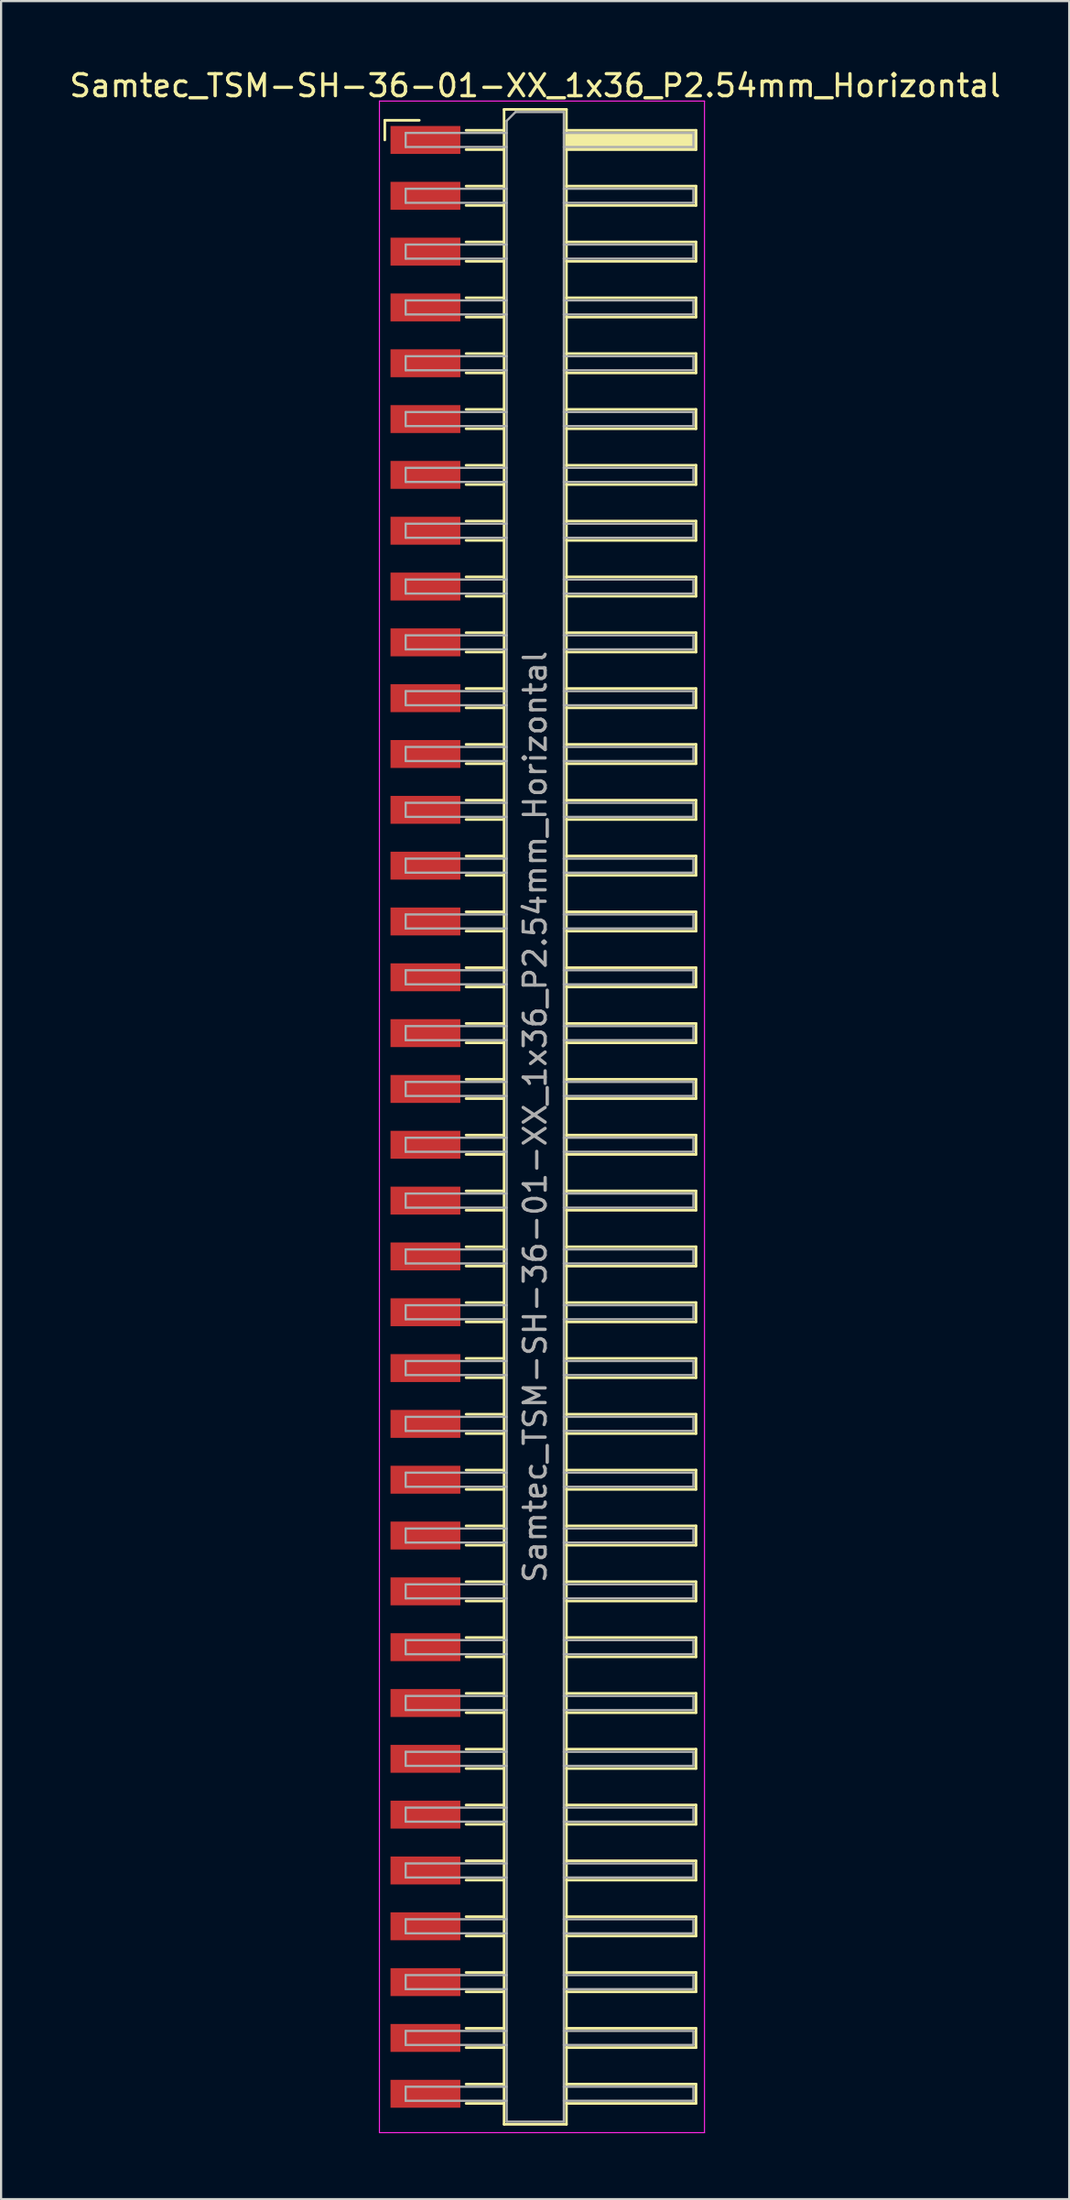
<source format=kicad_pcb>
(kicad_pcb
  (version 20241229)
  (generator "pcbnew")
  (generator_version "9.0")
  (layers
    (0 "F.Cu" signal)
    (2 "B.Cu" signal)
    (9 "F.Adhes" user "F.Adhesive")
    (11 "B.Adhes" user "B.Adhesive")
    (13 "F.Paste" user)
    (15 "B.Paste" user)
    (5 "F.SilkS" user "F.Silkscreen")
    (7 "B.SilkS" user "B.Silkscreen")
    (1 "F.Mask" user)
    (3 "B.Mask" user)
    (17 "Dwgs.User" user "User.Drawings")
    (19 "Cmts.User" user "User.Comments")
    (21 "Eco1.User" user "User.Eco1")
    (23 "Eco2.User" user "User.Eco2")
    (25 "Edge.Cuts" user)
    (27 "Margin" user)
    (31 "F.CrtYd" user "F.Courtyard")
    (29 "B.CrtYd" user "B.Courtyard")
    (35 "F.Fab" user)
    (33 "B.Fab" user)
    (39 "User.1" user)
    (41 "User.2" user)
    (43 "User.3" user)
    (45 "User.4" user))
  (footprint "Samtec_TSM-SH-36-01-XX_1x36_P2.54mm_Horizontal"
    (layer "F.Cu")
    (at 21.505 47.768)
    (property "Reference" "Samtec_TSM-SH-36-01-XX_1x36_P2.54mm_Horizontal" (at -0.19 -46.92 0) (layer "F.SilkS") (effects (font (size 1 1) (thickness 0.15))))
    (attr smd)
    (fp_line (start -7.035 -45.345) (end -5.465 -45.345) (stroke (width 0.12) (type solid)) (layer "F.SilkS"))
    (fp_line (start -7.035 -44.45) (end -7.035 -45.345) (stroke (width 0.12) (type solid)) (layer "F.SilkS"))
    (fp_line (start -3.335 -44.89) (end -1.605 -44.89) (stroke (width 0.12) (type solid)) (layer "F.SilkS"))
    (fp_line (start -3.335 -44.01) (end -1.605 -44.01) (stroke (width 0.12) (type solid)) (layer "F.SilkS"))
    (fp_line (start -3.335 -42.35) (end -1.605 -42.35) (stroke (width 0.12) (type solid)) (layer "F.SilkS"))
    (fp_line (start -3.335 -41.47) (end -1.605 -41.47) (stroke (width 0.12) (type solid)) (layer "F.SilkS"))
    (fp_line (start -3.335 -39.81) (end -1.605 -39.81) (stroke (width 0.12) (type solid)) (layer "F.SilkS"))
    (fp_line (start -3.335 -38.93) (end -1.605 -38.93) (stroke (width 0.12) (type solid)) (layer "F.SilkS"))
    (fp_line (start -3.335 -37.27) (end -1.605 -37.27) (stroke (width 0.12) (type solid)) (layer "F.SilkS"))
    (fp_line (start -3.335 -36.39) (end -1.605 -36.39) (stroke (width 0.12) (type solid)) (layer "F.SilkS"))
    (fp_line (start -3.335 -34.73) (end -1.605 -34.73) (stroke (width 0.12) (type solid)) (layer "F.SilkS"))
    (fp_line (start -3.335 -33.85) (end -1.605 -33.85) (stroke (width 0.12) (type solid)) (layer "F.SilkS"))
    (fp_line (start -3.335 -32.19) (end -1.605 -32.19) (stroke (width 0.12) (type solid)) (layer "F.SilkS"))
    (fp_line (start -3.335 -31.31) (end -1.605 -31.31) (stroke (width 0.12) (type solid)) (layer "F.SilkS"))
    (fp_line (start -3.335 -29.65) (end -1.605 -29.65) (stroke (width 0.12) (type solid)) (layer "F.SilkS"))
    (fp_line (start -3.335 -28.77) (end -1.605 -28.77) (stroke (width 0.12) (type solid)) (layer "F.SilkS"))
    (fp_line (start -3.335 -27.11) (end -1.605 -27.11) (stroke (width 0.12) (type solid)) (layer "F.SilkS"))
    (fp_line (start -3.335 -26.23) (end -1.605 -26.23) (stroke (width 0.12) (type solid)) (layer "F.SilkS"))
    (fp_line (start -3.335 -24.57) (end -1.605 -24.57) (stroke (width 0.12) (type solid)) (layer "F.SilkS"))
    (fp_line (start -3.335 -23.69) (end -1.605 -23.69) (stroke (width 0.12) (type solid)) (layer "F.SilkS"))
    (fp_line (start -3.335 -22.03) (end -1.605 -22.03) (stroke (width 0.12) (type solid)) (layer "F.SilkS"))
    (fp_line (start -3.335 -21.15) (end -1.605 -21.15) (stroke (width 0.12) (type solid)) (layer "F.SilkS"))
    (fp_line (start -3.335 -19.49) (end -1.605 -19.49) (stroke (width 0.12) (type solid)) (layer "F.SilkS"))
    (fp_line (start -3.335 -18.61) (end -1.605 -18.61) (stroke (width 0.12) (type solid)) (layer "F.SilkS"))
    (fp_line (start -3.335 -16.95) (end -1.605 -16.95) (stroke (width 0.12) (type solid)) (layer "F.SilkS"))
    (fp_line (start -3.335 -16.07) (end -1.605 -16.07) (stroke (width 0.12) (type solid)) (layer "F.SilkS"))
    (fp_line (start -3.335 -14.41) (end -1.605 -14.41) (stroke (width 0.12) (type solid)) (layer "F.SilkS"))
    (fp_line (start -3.335 -13.53) (end -1.605 -13.53) (stroke (width 0.12) (type solid)) (layer "F.SilkS"))
    (fp_line (start -3.335 -11.87) (end -1.605 -11.87) (stroke (width 0.12) (type solid)) (layer "F.SilkS"))
    (fp_line (start -3.335 -10.99) (end -1.605 -10.99) (stroke (width 0.12) (type solid)) (layer "F.SilkS"))
    (fp_line (start -3.335 -9.33) (end -1.605 -9.33) (stroke (width 0.12) (type solid)) (layer "F.SilkS"))
    (fp_line (start -3.335 -8.45) (end -1.605 -8.45) (stroke (width 0.12) (type solid)) (layer "F.SilkS"))
    (fp_line (start -3.335 -6.79) (end -1.605 -6.79) (stroke (width 0.12) (type solid)) (layer "F.SilkS"))
    (fp_line (start -3.335 -5.91) (end -1.605 -5.91) (stroke (width 0.12) (type solid)) (layer "F.SilkS"))
    (fp_line (start -3.335 -4.25) (end -1.605 -4.25) (stroke (width 0.12) (type solid)) (layer "F.SilkS"))
    (fp_line (start -3.335 -3.37) (end -1.605 -3.37) (stroke (width 0.12) (type solid)) (layer "F.SilkS"))
    (fp_line (start -3.335 -1.71) (end -1.605 -1.71) (stroke (width 0.12) (type solid)) (layer "F.SilkS"))
    (fp_line (start -3.335 -0.83) (end -1.605 -0.83) (stroke (width 0.12) (type solid)) (layer "F.SilkS"))
    (fp_line (start -3.335 0.83) (end -1.605 0.83) (stroke (width 0.12) (type solid)) (layer "F.SilkS"))
    (fp_line (start -3.335 1.71) (end -1.605 1.71) (stroke (width 0.12) (type solid)) (layer "F.SilkS"))
    (fp_line (start -3.335 3.37) (end -1.605 3.37) (stroke (width 0.12) (type solid)) (layer "F.SilkS"))
    (fp_line (start -3.335 4.25) (end -1.605 4.25) (stroke (width 0.12) (type solid)) (layer "F.SilkS"))
    (fp_line (start -3.335 5.91) (end -1.605 5.91) (stroke (width 0.12) (type solid)) (layer "F.SilkS"))
    (fp_line (start -3.335 6.79) (end -1.605 6.79) (stroke (width 0.12) (type solid)) (layer "F.SilkS"))
    (fp_line (start -3.335 8.45) (end -1.605 8.45) (stroke (width 0.12) (type solid)) (layer "F.SilkS"))
    (fp_line (start -3.335 9.33) (end -1.605 9.33) (stroke (width 0.12) (type solid)) (layer "F.SilkS"))
    (fp_line (start -3.335 10.99) (end -1.605 10.99) (stroke (width 0.12) (type solid)) (layer "F.SilkS"))
    (fp_line (start -3.335 11.87) (end -1.605 11.87) (stroke (width 0.12) (type solid)) (layer "F.SilkS"))
    (fp_line (start -3.335 13.53) (end -1.605 13.53) (stroke (width 0.12) (type solid)) (layer "F.SilkS"))
    (fp_line (start -3.335 14.41) (end -1.605 14.41) (stroke (width 0.12) (type solid)) (layer "F.SilkS"))
    (fp_line (start -3.335 16.07) (end -1.605 16.07) (stroke (width 0.12) (type solid)) (layer "F.SilkS"))
    (fp_line (start -3.335 16.95) (end -1.605 16.95) (stroke (width 0.12) (type solid)) (layer "F.SilkS"))
    (fp_line (start -3.335 18.61) (end -1.605 18.61) (stroke (width 0.12) (type solid)) (layer "F.SilkS"))
    (fp_line (start -3.335 19.49) (end -1.605 19.49) (stroke (width 0.12) (type solid)) (layer "F.SilkS"))
    (fp_line (start -3.335 21.15) (end -1.605 21.15) (stroke (width 0.12) (type solid)) (layer "F.SilkS"))
    (fp_line (start -3.335 22.03) (end -1.605 22.03) (stroke (width 0.12) (type solid)) (layer "F.SilkS"))
    (fp_line (start -3.335 23.69) (end -1.605 23.69) (stroke (width 0.12) (type solid)) (layer "F.SilkS"))
    (fp_line (start -3.335 24.57) (end -1.605 24.57) (stroke (width 0.12) (type solid)) (layer "F.SilkS"))
    (fp_line (start -3.335 26.23) (end -1.605 26.23) (stroke (width 0.12) (type solid)) (layer "F.SilkS"))
    (fp_line (start -3.335 27.11) (end -1.605 27.11) (stroke (width 0.12) (type solid)) (layer "F.SilkS"))
    (fp_line (start -3.335 28.77) (end -1.605 28.77) (stroke (width 0.12) (type solid)) (layer "F.SilkS"))
    (fp_line (start -3.335 29.65) (end -1.605 29.65) (stroke (width 0.12) (type solid)) (layer "F.SilkS"))
    (fp_line (start -3.335 31.31) (end -1.605 31.31) (stroke (width 0.12) (type solid)) (layer "F.SilkS"))
    (fp_line (start -3.335 32.19) (end -1.605 32.19) (stroke (width 0.12) (type solid)) (layer "F.SilkS"))
    (fp_line (start -3.335 33.85) (end -1.605 33.85) (stroke (width 0.12) (type solid)) (layer "F.SilkS"))
    (fp_line (start -3.335 34.73) (end -1.605 34.73) (stroke (width 0.12) (type solid)) (layer "F.SilkS"))
    (fp_line (start -3.335 36.39) (end -1.605 36.39) (stroke (width 0.12) (type solid)) (layer "F.SilkS"))
    (fp_line (start -3.335 37.27) (end -1.605 37.27) (stroke (width 0.12) (type solid)) (layer "F.SilkS"))
    (fp_line (start -3.335 38.93) (end -1.605 38.93) (stroke (width 0.12) (type solid)) (layer "F.SilkS"))
    (fp_line (start -3.335 39.81) (end -1.605 39.81) (stroke (width 0.12) (type solid)) (layer "F.SilkS"))
    (fp_line (start -3.335 41.47) (end -1.605 41.47) (stroke (width 0.12) (type solid)) (layer "F.SilkS"))
    (fp_line (start -3.335 42.35) (end -1.605 42.35) (stroke (width 0.12) (type solid)) (layer "F.SilkS"))
    (fp_line (start -3.335 44.01) (end -1.605 44.01) (stroke (width 0.12) (type solid)) (layer "F.SilkS"))
    (fp_line (start -3.335 44.89) (end -1.605 44.89) (stroke (width 0.12) (type solid)) (layer "F.SilkS"))
    (fp_line (start -1.605 -45.84) (end 1.235 -45.84) (stroke (width 0.12) (type solid)) (layer "F.SilkS"))
    (fp_line (start -1.605 45.84) (end -1.605 -45.84) (stroke (width 0.12) (type solid)) (layer "F.SilkS"))
    (fp_line (start 1.235 -45.84) (end 1.235 45.84) (stroke (width 0.12) (type solid)) (layer "F.SilkS"))
    (fp_line (start 1.235 -44.89) (end 7.135 -44.89) (stroke (width 0.12) (type solid)) (layer "F.SilkS"))
    (fp_line (start 1.235 -42.35) (end 7.135 -42.35) (stroke (width 0.12) (type solid)) (layer "F.SilkS"))
    (fp_line (start 1.235 -39.81) (end 7.135 -39.81) (stroke (width 0.12) (type solid)) (layer "F.SilkS"))
    (fp_line (start 1.235 -37.27) (end 7.135 -37.27) (stroke (width 0.12) (type solid)) (layer "F.SilkS"))
    (fp_line (start 1.235 -34.73) (end 7.135 -34.73) (stroke (width 0.12) (type solid)) (layer "F.SilkS"))
    (fp_line (start 1.235 -32.19) (end 7.135 -32.19) (stroke (width 0.12) (type solid)) (layer "F.SilkS"))
    (fp_line (start 1.235 -29.65) (end 7.135 -29.65) (stroke (width 0.12) (type solid)) (layer "F.SilkS"))
    (fp_line (start 1.235 -27.11) (end 7.135 -27.11) (stroke (width 0.12) (type solid)) (layer "F.SilkS"))
    (fp_line (start 1.235 -24.57) (end 7.135 -24.57) (stroke (width 0.12) (type solid)) (layer "F.SilkS"))
    (fp_line (start 1.235 -22.03) (end 7.135 -22.03) (stroke (width 0.12) (type solid)) (layer "F.SilkS"))
    (fp_line (start 1.235 -19.49) (end 7.135 -19.49) (stroke (width 0.12) (type solid)) (layer "F.SilkS"))
    (fp_line (start 1.235 -16.95) (end 7.135 -16.95) (stroke (width 0.12) (type solid)) (layer "F.SilkS"))
    (fp_line (start 1.235 -14.41) (end 7.135 -14.41) (stroke (width 0.12) (type solid)) (layer "F.SilkS"))
    (fp_line (start 1.235 -11.87) (end 7.135 -11.87) (stroke (width 0.12) (type solid)) (layer "F.SilkS"))
    (fp_line (start 1.235 -9.33) (end 7.135 -9.33) (stroke (width 0.12) (type solid)) (layer "F.SilkS"))
    (fp_line (start 1.235 -6.79) (end 7.135 -6.79) (stroke (width 0.12) (type solid)) (layer "F.SilkS"))
    (fp_line (start 1.235 -4.25) (end 7.135 -4.25) (stroke (width 0.12) (type solid)) (layer "F.SilkS"))
    (fp_line (start 1.235 -1.71) (end 7.135 -1.71) (stroke (width 0.12) (type solid)) (layer "F.SilkS"))
    (fp_line (start 1.235 0.83) (end 7.135 0.83) (stroke (width 0.12) (type solid)) (layer "F.SilkS"))
    (fp_line (start 1.235 3.37) (end 7.135 3.37) (stroke (width 0.12) (type solid)) (layer "F.SilkS"))
    (fp_line (start 1.235 5.91) (end 7.135 5.91) (stroke (width 0.12) (type solid)) (layer "F.SilkS"))
    (fp_line (start 1.235 8.45) (end 7.135 8.45) (stroke (width 0.12) (type solid)) (layer "F.SilkS"))
    (fp_line (start 1.235 10.99) (end 7.135 10.99) (stroke (width 0.12) (type solid)) (layer "F.SilkS"))
    (fp_line (start 1.235 13.53) (end 7.135 13.53) (stroke (width 0.12) (type solid)) (layer "F.SilkS"))
    (fp_line (start 1.235 16.07) (end 7.135 16.07) (stroke (width 0.12) (type solid)) (layer "F.SilkS"))
    (fp_line (start 1.235 18.61) (end 7.135 18.61) (stroke (width 0.12) (type solid)) (layer "F.SilkS"))
    (fp_line (start 1.235 21.15) (end 7.135 21.15) (stroke (width 0.12) (type solid)) (layer "F.SilkS"))
    (fp_line (start 1.235 23.69) (end 7.135 23.69) (stroke (width 0.12) (type solid)) (layer "F.SilkS"))
    (fp_line (start 1.235 26.23) (end 7.135 26.23) (stroke (width 0.12) (type solid)) (layer "F.SilkS"))
    (fp_line (start 1.235 28.77) (end 7.135 28.77) (stroke (width 0.12) (type solid)) (layer "F.SilkS"))
    (fp_line (start 1.235 31.31) (end 7.135 31.31) (stroke (width 0.12) (type solid)) (layer "F.SilkS"))
    (fp_line (start 1.235 33.85) (end 7.135 33.85) (stroke (width 0.12) (type solid)) (layer "F.SilkS"))
    (fp_line (start 1.235 36.39) (end 7.135 36.39) (stroke (width 0.12) (type solid)) (layer "F.SilkS"))
    (fp_line (start 1.235 38.93) (end 7.135 38.93) (stroke (width 0.12) (type solid)) (layer "F.SilkS"))
    (fp_line (start 1.235 41.47) (end 7.135 41.47) (stroke (width 0.12) (type solid)) (layer "F.SilkS"))
    (fp_line (start 1.235 44.01) (end 7.135 44.01) (stroke (width 0.12) (type solid)) (layer "F.SilkS"))
    (fp_line (start 1.235 45.84) (end -1.605 45.84) (stroke (width 0.12) (type solid)) (layer "F.SilkS"))
    (fp_line (start 7.135 -44.89) (end 7.135 -44.01) (stroke (width 0.12) (type solid)) (layer "F.SilkS"))
    (fp_line (start 7.135 -44.01) (end 1.235 -44.01) (stroke (width 0.12) (type solid)) (layer "F.SilkS"))
    (fp_line (start 7.135 -42.35) (end 7.135 -41.47) (stroke (width 0.12) (type solid)) (layer "F.SilkS"))
    (fp_line (start 7.135 -41.47) (end 1.235 -41.47) (stroke (width 0.12) (type solid)) (layer "F.SilkS"))
    (fp_line (start 7.135 -39.81) (end 7.135 -38.93) (stroke (width 0.12) (type solid)) (layer "F.SilkS"))
    (fp_line (start 7.135 -38.93) (end 1.235 -38.93) (stroke (width 0.12) (type solid)) (layer "F.SilkS"))
    (fp_line (start 7.135 -37.27) (end 7.135 -36.39) (stroke (width 0.12) (type solid)) (layer "F.SilkS"))
    (fp_line (start 7.135 -36.39) (end 1.235 -36.39) (stroke (width 0.12) (type solid)) (layer "F.SilkS"))
    (fp_line (start 7.135 -34.73) (end 7.135 -33.85) (stroke (width 0.12) (type solid)) (layer "F.SilkS"))
    (fp_line (start 7.135 -33.85) (end 1.235 -33.85) (stroke (width 0.12) (type solid)) (layer "F.SilkS"))
    (fp_line (start 7.135 -32.19) (end 7.135 -31.31) (stroke (width 0.12) (type solid)) (layer "F.SilkS"))
    (fp_line (start 7.135 -31.31) (end 1.235 -31.31) (stroke (width 0.12) (type solid)) (layer "F.SilkS"))
    (fp_line (start 7.135 -29.65) (end 7.135 -28.77) (stroke (width 0.12) (type solid)) (layer "F.SilkS"))
    (fp_line (start 7.135 -28.77) (end 1.235 -28.77) (stroke (width 0.12) (type solid)) (layer "F.SilkS"))
    (fp_line (start 7.135 -27.11) (end 7.135 -26.23) (stroke (width 0.12) (type solid)) (layer "F.SilkS"))
    (fp_line (start 7.135 -26.23) (end 1.235 -26.23) (stroke (width 0.12) (type solid)) (layer "F.SilkS"))
    (fp_line (start 7.135 -24.57) (end 7.135 -23.69) (stroke (width 0.12) (type solid)) (layer "F.SilkS"))
    (fp_line (start 7.135 -23.69) (end 1.235 -23.69) (stroke (width 0.12) (type solid)) (layer "F.SilkS"))
    (fp_line (start 7.135 -22.03) (end 7.135 -21.15) (stroke (width 0.12) (type solid)) (layer "F.SilkS"))
    (fp_line (start 7.135 -21.15) (end 1.235 -21.15) (stroke (width 0.12) (type solid)) (layer "F.SilkS"))
    (fp_line (start 7.135 -19.49) (end 7.135 -18.61) (stroke (width 0.12) (type solid)) (layer "F.SilkS"))
    (fp_line (start 7.135 -18.61) (end 1.235 -18.61) (stroke (width 0.12) (type solid)) (layer "F.SilkS"))
    (fp_line (start 7.135 -16.95) (end 7.135 -16.07) (stroke (width 0.12) (type solid)) (layer "F.SilkS"))
    (fp_line (start 7.135 -16.07) (end 1.235 -16.07) (stroke (width 0.12) (type solid)) (layer "F.SilkS"))
    (fp_line (start 7.135 -14.41) (end 7.135 -13.53) (stroke (width 0.12) (type solid)) (layer "F.SilkS"))
    (fp_line (start 7.135 -13.53) (end 1.235 -13.53) (stroke (width 0.12) (type solid)) (layer "F.SilkS"))
    (fp_line (start 7.135 -11.87) (end 7.135 -10.99) (stroke (width 0.12) (type solid)) (layer "F.SilkS"))
    (fp_line (start 7.135 -10.99) (end 1.235 -10.99) (stroke (width 0.12) (type solid)) (layer "F.SilkS"))
    (fp_line (start 7.135 -9.33) (end 7.135 -8.45) (stroke (width 0.12) (type solid)) (layer "F.SilkS"))
    (fp_line (start 7.135 -8.45) (end 1.235 -8.45) (stroke (width 0.12) (type solid)) (layer "F.SilkS"))
    (fp_line (start 7.135 -6.79) (end 7.135 -5.91) (stroke (width 0.12) (type solid)) (layer "F.SilkS"))
    (fp_line (start 7.135 -5.91) (end 1.235 -5.91) (stroke (width 0.12) (type solid)) (layer "F.SilkS"))
    (fp_line (start 7.135 -4.25) (end 7.135 -3.37) (stroke (width 0.12) (type solid)) (layer "F.SilkS"))
    (fp_line (start 7.135 -3.37) (end 1.235 -3.37) (stroke (width 0.12) (type solid)) (layer "F.SilkS"))
    (fp_line (start 7.135 -1.71) (end 7.135 -0.83) (stroke (width 0.12) (type solid)) (layer "F.SilkS"))
    (fp_line (start 7.135 -0.83) (end 1.235 -0.83) (stroke (width 0.12) (type solid)) (layer "F.SilkS"))
    (fp_line (start 7.135 0.83) (end 7.135 1.71) (stroke (width 0.12) (type solid)) (layer "F.SilkS"))
    (fp_line (start 7.135 1.71) (end 1.235 1.71) (stroke (width 0.12) (type solid)) (layer "F.SilkS"))
    (fp_line (start 7.135 3.37) (end 7.135 4.25) (stroke (width 0.12) (type solid)) (layer "F.SilkS"))
    (fp_line (start 7.135 4.25) (end 1.235 4.25) (stroke (width 0.12) (type solid)) (layer "F.SilkS"))
    (fp_line (start 7.135 5.91) (end 7.135 6.79) (stroke (width 0.12) (type solid)) (layer "F.SilkS"))
    (fp_line (start 7.135 6.79) (end 1.235 6.79) (stroke (width 0.12) (type solid)) (layer "F.SilkS"))
    (fp_line (start 7.135 8.45) (end 7.135 9.33) (stroke (width 0.12) (type solid)) (layer "F.SilkS"))
    (fp_line (start 7.135 9.33) (end 1.235 9.33) (stroke (width 0.12) (type solid)) (layer "F.SilkS"))
    (fp_line (start 7.135 10.99) (end 7.135 11.87) (stroke (width 0.12) (type solid)) (layer "F.SilkS"))
    (fp_line (start 7.135 11.87) (end 1.235 11.87) (stroke (width 0.12) (type solid)) (layer "F.SilkS"))
    (fp_line (start 7.135 13.53) (end 7.135 14.41) (stroke (width 0.12) (type solid)) (layer "F.SilkS"))
    (fp_line (start 7.135 14.41) (end 1.235 14.41) (stroke (width 0.12) (type solid)) (layer "F.SilkS"))
    (fp_line (start 7.135 16.07) (end 7.135 16.95) (stroke (width 0.12) (type solid)) (layer "F.SilkS"))
    (fp_line (start 7.135 16.95) (end 1.235 16.95) (stroke (width 0.12) (type solid)) (layer "F.SilkS"))
    (fp_line (start 7.135 18.61) (end 7.135 19.49) (stroke (width 0.12) (type solid)) (layer "F.SilkS"))
    (fp_line (start 7.135 19.49) (end 1.235 19.49) (stroke (width 0.12) (type solid)) (layer "F.SilkS"))
    (fp_line (start 7.135 21.15) (end 7.135 22.03) (stroke (width 0.12) (type solid)) (layer "F.SilkS"))
    (fp_line (start 7.135 22.03) (end 1.235 22.03) (stroke (width 0.12) (type solid)) (layer "F.SilkS"))
    (fp_line (start 7.135 23.69) (end 7.135 24.57) (stroke (width 0.12) (type solid)) (layer "F.SilkS"))
    (fp_line (start 7.135 24.57) (end 1.235 24.57) (stroke (width 0.12) (type solid)) (layer "F.SilkS"))
    (fp_line (start 7.135 26.23) (end 7.135 27.11) (stroke (width 0.12) (type solid)) (layer "F.SilkS"))
    (fp_line (start 7.135 27.11) (end 1.235 27.11) (stroke (width 0.12) (type solid)) (layer "F.SilkS"))
    (fp_line (start 7.135 28.77) (end 7.135 29.65) (stroke (width 0.12) (type solid)) (layer "F.SilkS"))
    (fp_line (start 7.135 29.65) (end 1.235 29.65) (stroke (width 0.12) (type solid)) (layer "F.SilkS"))
    (fp_line (start 7.135 31.31) (end 7.135 32.19) (stroke (width 0.12) (type solid)) (layer "F.SilkS"))
    (fp_line (start 7.135 32.19) (end 1.235 32.19) (stroke (width 0.12) (type solid)) (layer "F.SilkS"))
    (fp_line (start 7.135 33.85) (end 7.135 34.73) (stroke (width 0.12) (type solid)) (layer "F.SilkS"))
    (fp_line (start 7.135 34.73) (end 1.235 34.73) (stroke (width 0.12) (type solid)) (layer "F.SilkS"))
    (fp_line (start 7.135 36.39) (end 7.135 37.27) (stroke (width 0.12) (type solid)) (layer "F.SilkS"))
    (fp_line (start 7.135 37.27) (end 1.235 37.27) (stroke (width 0.12) (type solid)) (layer "F.SilkS"))
    (fp_line (start 7.135 38.93) (end 7.135 39.81) (stroke (width 0.12) (type solid)) (layer "F.SilkS"))
    (fp_line (start 7.135 39.81) (end 1.235 39.81) (stroke (width 0.12) (type solid)) (layer "F.SilkS"))
    (fp_line (start 7.135 41.47) (end 7.135 42.35) (stroke (width 0.12) (type solid)) (layer "F.SilkS"))
    (fp_line (start 7.135 42.35) (end 1.235 42.35) (stroke (width 0.12) (type solid)) (layer "F.SilkS"))
    (fp_line (start 7.135 44.01) (end 7.135 44.89) (stroke (width 0.12) (type solid)) (layer "F.SilkS"))
    (fp_line (start 7.135 44.89) (end 1.235 44.89) (stroke (width 0.12) (type solid)) (layer "F.SilkS"))
    (fp_line (start -7.28 -46.22) (end 7.52 -46.22) (stroke (width 0.05) (type solid)) (layer "F.CrtYd"))
    (fp_line (start -7.28 46.22) (end -7.28 -46.22) (stroke (width 0.05) (type solid)) (layer "F.CrtYd"))
    (fp_line (start 7.52 -46.22) (end 7.52 46.22) (stroke (width 0.05) (type solid)) (layer "F.CrtYd"))
    (fp_line (start 7.52 46.22) (end -7.28 46.22) (stroke (width 0.05) (type solid)) (layer "F.CrtYd"))
    (fp_line (start -6.085 -44.77) (end -6.085 -44.13) (stroke (width 0.1) (type solid)) (layer "F.Fab"))
    (fp_line (start -6.085 -44.13) (end -1.485 -44.13) (stroke (width 0.1) (type solid)) (layer "F.Fab"))
    (fp_line (start -6.085 -42.23) (end -6.085 -41.59) (stroke (width 0.1) (type solid)) (layer "F.Fab"))
    (fp_line (start -6.085 -41.59) (end -1.485 -41.59) (stroke (width 0.1) (type solid)) (layer "F.Fab"))
    (fp_line (start -6.085 -39.69) (end -6.085 -39.05) (stroke (width 0.1) (type solid)) (layer "F.Fab"))
    (fp_line (start -6.085 -39.05) (end -1.485 -39.05) (stroke (width 0.1) (type solid)) (layer "F.Fab"))
    (fp_line (start -6.085 -37.15) (end -6.085 -36.51) (stroke (width 0.1) (type solid)) (layer "F.Fab"))
    (fp_line (start -6.085 -36.51) (end -1.485 -36.51) (stroke (width 0.1) (type solid)) (layer "F.Fab"))
    (fp_line (start -6.085 -34.61) (end -6.085 -33.97) (stroke (width 0.1) (type solid)) (layer "F.Fab"))
    (fp_line (start -6.085 -33.97) (end -1.485 -33.97) (stroke (width 0.1) (type solid)) (layer "F.Fab"))
    (fp_line (start -6.085 -32.07) (end -6.085 -31.43) (stroke (width 0.1) (type solid)) (layer "F.Fab"))
    (fp_line (start -6.085 -31.43) (end -1.485 -31.43) (stroke (width 0.1) (type solid)) (layer "F.Fab"))
    (fp_line (start -6.085 -29.53) (end -6.085 -28.89) (stroke (width 0.1) (type solid)) (layer "F.Fab"))
    (fp_line (start -6.085 -28.89) (end -1.485 -28.89) (stroke (width 0.1) (type solid)) (layer "F.Fab"))
    (fp_line (start -6.085 -26.99) (end -6.085 -26.35) (stroke (width 0.1) (type solid)) (layer "F.Fab"))
    (fp_line (start -6.085 -26.35) (end -1.485 -26.35) (stroke (width 0.1) (type solid)) (layer "F.Fab"))
    (fp_line (start -6.085 -24.45) (end -6.085 -23.81) (stroke (width 0.1) (type solid)) (layer "F.Fab"))
    (fp_line (start -6.085 -23.81) (end -1.485 -23.81) (stroke (width 0.1) (type solid)) (layer "F.Fab"))
    (fp_line (start -6.085 -21.91) (end -6.085 -21.27) (stroke (width 0.1) (type solid)) (layer "F.Fab"))
    (fp_line (start -6.085 -21.27) (end -1.485 -21.27) (stroke (width 0.1) (type solid)) (layer "F.Fab"))
    (fp_line (start -6.085 -19.37) (end -6.085 -18.73) (stroke (width 0.1) (type solid)) (layer "F.Fab"))
    (fp_line (start -6.085 -18.73) (end -1.485 -18.73) (stroke (width 0.1) (type solid)) (layer "F.Fab"))
    (fp_line (start -6.085 -16.83) (end -6.085 -16.19) (stroke (width 0.1) (type solid)) (layer "F.Fab"))
    (fp_line (start -6.085 -16.19) (end -1.485 -16.19) (stroke (width 0.1) (type solid)) (layer "F.Fab"))
    (fp_line (start -6.085 -14.29) (end -6.085 -13.65) (stroke (width 0.1) (type solid)) (layer "F.Fab"))
    (fp_line (start -6.085 -13.65) (end -1.485 -13.65) (stroke (width 0.1) (type solid)) (layer "F.Fab"))
    (fp_line (start -6.085 -11.75) (end -6.085 -11.11) (stroke (width 0.1) (type solid)) (layer "F.Fab"))
    (fp_line (start -6.085 -11.11) (end -1.485 -11.11) (stroke (width 0.1) (type solid)) (layer "F.Fab"))
    (fp_line (start -6.085 -9.21) (end -6.085 -8.57) (stroke (width 0.1) (type solid)) (layer "F.Fab"))
    (fp_line (start -6.085 -8.57) (end -1.485 -8.57) (stroke (width 0.1) (type solid)) (layer "F.Fab"))
    (fp_line (start -6.085 -6.67) (end -6.085 -6.03) (stroke (width 0.1) (type solid)) (layer "F.Fab"))
    (fp_line (start -6.085 -6.03) (end -1.485 -6.03) (stroke (width 0.1) (type solid)) (layer "F.Fab"))
    (fp_line (start -6.085 -4.13) (end -6.085 -3.49) (stroke (width 0.1) (type solid)) (layer "F.Fab"))
    (fp_line (start -6.085 -3.49) (end -1.485 -3.49) (stroke (width 0.1) (type solid)) (layer "F.Fab"))
    (fp_line (start -6.085 -1.59) (end -6.085 -0.95) (stroke (width 0.1) (type solid)) (layer "F.Fab"))
    (fp_line (start -6.085 -0.95) (end -1.485 -0.95) (stroke (width 0.1) (type solid)) (layer "F.Fab"))
    (fp_line (start -6.085 0.95) (end -6.085 1.59) (stroke (width 0.1) (type solid)) (layer "F.Fab"))
    (fp_line (start -6.085 1.59) (end -1.485 1.59) (stroke (width 0.1) (type solid)) (layer "F.Fab"))
    (fp_line (start -6.085 3.49) (end -6.085 4.13) (stroke (width 0.1) (type solid)) (layer "F.Fab"))
    (fp_line (start -6.085 4.13) (end -1.485 4.13) (stroke (width 0.1) (type solid)) (layer "F.Fab"))
    (fp_line (start -6.085 6.03) (end -6.085 6.67) (stroke (width 0.1) (type solid)) (layer "F.Fab"))
    (fp_line (start -6.085 6.67) (end -1.485 6.67) (stroke (width 0.1) (type solid)) (layer "F.Fab"))
    (fp_line (start -6.085 8.57) (end -6.085 9.21) (stroke (width 0.1) (type solid)) (layer "F.Fab"))
    (fp_line (start -6.085 9.21) (end -1.485 9.21) (stroke (width 0.1) (type solid)) (layer "F.Fab"))
    (fp_line (start -6.085 11.11) (end -6.085 11.75) (stroke (width 0.1) (type solid)) (layer "F.Fab"))
    (fp_line (start -6.085 11.75) (end -1.485 11.75) (stroke (width 0.1) (type solid)) (layer "F.Fab"))
    (fp_line (start -6.085 13.65) (end -6.085 14.29) (stroke (width 0.1) (type solid)) (layer "F.Fab"))
    (fp_line (start -6.085 14.29) (end -1.485 14.29) (stroke (width 0.1) (type solid)) (layer "F.Fab"))
    (fp_line (start -6.085 16.19) (end -6.085 16.83) (stroke (width 0.1) (type solid)) (layer "F.Fab"))
    (fp_line (start -6.085 16.83) (end -1.485 16.83) (stroke (width 0.1) (type solid)) (layer "F.Fab"))
    (fp_line (start -6.085 18.73) (end -6.085 19.37) (stroke (width 0.1) (type solid)) (layer "F.Fab"))
    (fp_line (start -6.085 19.37) (end -1.485 19.37) (stroke (width 0.1) (type solid)) (layer "F.Fab"))
    (fp_line (start -6.085 21.27) (end -6.085 21.91) (stroke (width 0.1) (type solid)) (layer "F.Fab"))
    (fp_line (start -6.085 21.91) (end -1.485 21.91) (stroke (width 0.1) (type solid)) (layer "F.Fab"))
    (fp_line (start -6.085 23.81) (end -6.085 24.45) (stroke (width 0.1) (type solid)) (layer "F.Fab"))
    (fp_line (start -6.085 24.45) (end -1.485 24.45) (stroke (width 0.1) (type solid)) (layer "F.Fab"))
    (fp_line (start -6.085 26.35) (end -6.085 26.99) (stroke (width 0.1) (type solid)) (layer "F.Fab"))
    (fp_line (start -6.085 26.99) (end -1.485 26.99) (stroke (width 0.1) (type solid)) (layer "F.Fab"))
    (fp_line (start -6.085 28.89) (end -6.085 29.53) (stroke (width 0.1) (type solid)) (layer "F.Fab"))
    (fp_line (start -6.085 29.53) (end -1.485 29.53) (stroke (width 0.1) (type solid)) (layer "F.Fab"))
    (fp_line (start -6.085 31.43) (end -6.085 32.07) (stroke (width 0.1) (type solid)) (layer "F.Fab"))
    (fp_line (start -6.085 32.07) (end -1.485 32.07) (stroke (width 0.1) (type solid)) (layer "F.Fab"))
    (fp_line (start -6.085 33.97) (end -6.085 34.61) (stroke (width 0.1) (type solid)) (layer "F.Fab"))
    (fp_line (start -6.085 34.61) (end -1.485 34.61) (stroke (width 0.1) (type solid)) (layer "F.Fab"))
    (fp_line (start -6.085 36.51) (end -6.085 37.15) (stroke (width 0.1) (type solid)) (layer "F.Fab"))
    (fp_line (start -6.085 37.15) (end -1.485 37.15) (stroke (width 0.1) (type solid)) (layer "F.Fab"))
    (fp_line (start -6.085 39.05) (end -6.085 39.69) (stroke (width 0.1) (type solid)) (layer "F.Fab"))
    (fp_line (start -6.085 39.69) (end -1.485 39.69) (stroke (width 0.1) (type solid)) (layer "F.Fab"))
    (fp_line (start -6.085 41.59) (end -6.085 42.23) (stroke (width 0.1) (type solid)) (layer "F.Fab"))
    (fp_line (start -6.085 42.23) (end -1.485 42.23) (stroke (width 0.1) (type solid)) (layer "F.Fab"))
    (fp_line (start -6.085 44.13) (end -6.085 44.77) (stroke (width 0.1) (type solid)) (layer "F.Fab"))
    (fp_line (start -6.085 44.77) (end -1.485 44.77) (stroke (width 0.1) (type solid)) (layer "F.Fab"))
    (fp_line (start -1.485 -45.32) (end -1.085 -45.72) (stroke (width 0.1) (type solid)) (layer "F.Fab"))
    (fp_line (start -1.485 -44.77) (end -6.085 -44.77) (stroke (width 0.1) (type solid)) (layer "F.Fab"))
    (fp_line (start -1.485 -42.23) (end -6.085 -42.23) (stroke (width 0.1) (type solid)) (layer "F.Fab"))
    (fp_line (start -1.485 -39.69) (end -6.085 -39.69) (stroke (width 0.1) (type solid)) (layer "F.Fab"))
    (fp_line (start -1.485 -37.15) (end -6.085 -37.15) (stroke (width 0.1) (type solid)) (layer "F.Fab"))
    (fp_line (start -1.485 -34.61) (end -6.085 -34.61) (stroke (width 0.1) (type solid)) (layer "F.Fab"))
    (fp_line (start -1.485 -32.07) (end -6.085 -32.07) (stroke (width 0.1) (type solid)) (layer "F.Fab"))
    (fp_line (start -1.485 -29.53) (end -6.085 -29.53) (stroke (width 0.1) (type solid)) (layer "F.Fab"))
    (fp_line (start -1.485 -26.99) (end -6.085 -26.99) (stroke (width 0.1) (type solid)) (layer "F.Fab"))
    (fp_line (start -1.485 -24.45) (end -6.085 -24.45) (stroke (width 0.1) (type solid)) (layer "F.Fab"))
    (fp_line (start -1.485 -21.91) (end -6.085 -21.91) (stroke (width 0.1) (type solid)) (layer "F.Fab"))
    (fp_line (start -1.485 -19.37) (end -6.085 -19.37) (stroke (width 0.1) (type solid)) (layer "F.Fab"))
    (fp_line (start -1.485 -16.83) (end -6.085 -16.83) (stroke (width 0.1) (type solid)) (layer "F.Fab"))
    (fp_line (start -1.485 -14.29) (end -6.085 -14.29) (stroke (width 0.1) (type solid)) (layer "F.Fab"))
    (fp_line (start -1.485 -11.75) (end -6.085 -11.75) (stroke (width 0.1) (type solid)) (layer "F.Fab"))
    (fp_line (start -1.485 -9.21) (end -6.085 -9.21) (stroke (width 0.1) (type solid)) (layer "F.Fab"))
    (fp_line (start -1.485 -6.67) (end -6.085 -6.67) (stroke (width 0.1) (type solid)) (layer "F.Fab"))
    (fp_line (start -1.485 -4.13) (end -6.085 -4.13) (stroke (width 0.1) (type solid)) (layer "F.Fab"))
    (fp_line (start -1.485 -1.59) (end -6.085 -1.59) (stroke (width 0.1) (type solid)) (layer "F.Fab"))
    (fp_line (start -1.485 0.95) (end -6.085 0.95) (stroke (width 0.1) (type solid)) (layer "F.Fab"))
    (fp_line (start -1.485 3.49) (end -6.085 3.49) (stroke (width 0.1) (type solid)) (layer "F.Fab"))
    (fp_line (start -1.485 6.03) (end -6.085 6.03) (stroke (width 0.1) (type solid)) (layer "F.Fab"))
    (fp_line (start -1.485 8.57) (end -6.085 8.57) (stroke (width 0.1) (type solid)) (layer "F.Fab"))
    (fp_line (start -1.485 11.11) (end -6.085 11.11) (stroke (width 0.1) (type solid)) (layer "F.Fab"))
    (fp_line (start -1.485 13.65) (end -6.085 13.65) (stroke (width 0.1) (type solid)) (layer "F.Fab"))
    (fp_line (start -1.485 16.19) (end -6.085 16.19) (stroke (width 0.1) (type solid)) (layer "F.Fab"))
    (fp_line (start -1.485 18.73) (end -6.085 18.73) (stroke (width 0.1) (type solid)) (layer "F.Fab"))
    (fp_line (start -1.485 21.27) (end -6.085 21.27) (stroke (width 0.1) (type solid)) (layer "F.Fab"))
    (fp_line (start -1.485 23.81) (end -6.085 23.81) (stroke (width 0.1) (type solid)) (layer "F.Fab"))
    (fp_line (start -1.485 26.35) (end -6.085 26.35) (stroke (width 0.1) (type solid)) (layer "F.Fab"))
    (fp_line (start -1.485 28.89) (end -6.085 28.89) (stroke (width 0.1) (type solid)) (layer "F.Fab"))
    (fp_line (start -1.485 31.43) (end -6.085 31.43) (stroke (width 0.1) (type solid)) (layer "F.Fab"))
    (fp_line (start -1.485 33.97) (end -6.085 33.97) (stroke (width 0.1) (type solid)) (layer "F.Fab"))
    (fp_line (start -1.485 36.51) (end -6.085 36.51) (stroke (width 0.1) (type solid)) (layer "F.Fab"))
    (fp_line (start -1.485 39.05) (end -6.085 39.05) (stroke (width 0.1) (type solid)) (layer "F.Fab"))
    (fp_line (start -1.485 41.59) (end -6.085 41.59) (stroke (width 0.1) (type solid)) (layer "F.Fab"))
    (fp_line (start -1.485 44.13) (end -6.085 44.13) (stroke (width 0.1) (type solid)) (layer "F.Fab"))
    (fp_line (start -1.485 45.72) (end -1.485 -45.32) (stroke (width 0.1) (type solid)) (layer "F.Fab"))
    (fp_line (start -1.085 -45.72) (end 1.115 -45.72) (stroke (width 0.1) (type solid)) (layer "F.Fab"))
    (fp_line (start 1.115 -45.72) (end 1.115 45.72) (stroke (width 0.1) (type solid)) (layer "F.Fab"))
    (fp_line (start 1.115 -44.77) (end 7.015 -44.77) (stroke (width 0.1) (type solid)) (layer "F.Fab"))
    (fp_line (start 1.115 -42.23) (end 7.015 -42.23) (stroke (width 0.1) (type solid)) (layer "F.Fab"))
    (fp_line (start 1.115 -39.69) (end 7.015 -39.69) (stroke (width 0.1) (type solid)) (layer "F.Fab"))
    (fp_line (start 1.115 -37.15) (end 7.015 -37.15) (stroke (width 0.1) (type solid)) (layer "F.Fab"))
    (fp_line (start 1.115 -34.61) (end 7.015 -34.61) (stroke (width 0.1) (type solid)) (layer "F.Fab"))
    (fp_line (start 1.115 -32.07) (end 7.015 -32.07) (stroke (width 0.1) (type solid)) (layer "F.Fab"))
    (fp_line (start 1.115 -29.53) (end 7.015 -29.53) (stroke (width 0.1) (type solid)) (layer "F.Fab"))
    (fp_line (start 1.115 -26.99) (end 7.015 -26.99) (stroke (width 0.1) (type solid)) (layer "F.Fab"))
    (fp_line (start 1.115 -24.45) (end 7.015 -24.45) (stroke (width 0.1) (type solid)) (layer "F.Fab"))
    (fp_line (start 1.115 -21.91) (end 7.015 -21.91) (stroke (width 0.1) (type solid)) (layer "F.Fab"))
    (fp_line (start 1.115 -19.37) (end 7.015 -19.37) (stroke (width 0.1) (type solid)) (layer "F.Fab"))
    (fp_line (start 1.115 -16.83) (end 7.015 -16.83) (stroke (width 0.1) (type solid)) (layer "F.Fab"))
    (fp_line (start 1.115 -14.29) (end 7.015 -14.29) (stroke (width 0.1) (type solid)) (layer "F.Fab"))
    (fp_line (start 1.115 -11.75) (end 7.015 -11.75) (stroke (width 0.1) (type solid)) (layer "F.Fab"))
    (fp_line (start 1.115 -9.21) (end 7.015 -9.21) (stroke (width 0.1) (type solid)) (layer "F.Fab"))
    (fp_line (start 1.115 -6.67) (end 7.015 -6.67) (stroke (width 0.1) (type solid)) (layer "F.Fab"))
    (fp_line (start 1.115 -4.13) (end 7.015 -4.13) (stroke (width 0.1) (type solid)) (layer "F.Fab"))
    (fp_line (start 1.115 -1.59) (end 7.015 -1.59) (stroke (width 0.1) (type solid)) (layer "F.Fab"))
    (fp_line (start 1.115 0.95) (end 7.015 0.95) (stroke (width 0.1) (type solid)) (layer "F.Fab"))
    (fp_line (start 1.115 3.49) (end 7.015 3.49) (stroke (width 0.1) (type solid)) (layer "F.Fab"))
    (fp_line (start 1.115 6.03) (end 7.015 6.03) (stroke (width 0.1) (type solid)) (layer "F.Fab"))
    (fp_line (start 1.115 8.57) (end 7.015 8.57) (stroke (width 0.1) (type solid)) (layer "F.Fab"))
    (fp_line (start 1.115 11.11) (end 7.015 11.11) (stroke (width 0.1) (type solid)) (layer "F.Fab"))
    (fp_line (start 1.115 13.65) (end 7.015 13.65) (stroke (width 0.1) (type solid)) (layer "F.Fab"))
    (fp_line (start 1.115 16.19) (end 7.015 16.19) (stroke (width 0.1) (type solid)) (layer "F.Fab"))
    (fp_line (start 1.115 18.73) (end 7.015 18.73) (stroke (width 0.1) (type solid)) (layer "F.Fab"))
    (fp_line (start 1.115 21.27) (end 7.015 21.27) (stroke (width 0.1) (type solid)) (layer "F.Fab"))
    (fp_line (start 1.115 23.81) (end 7.015 23.81) (stroke (width 0.1) (type solid)) (layer "F.Fab"))
    (fp_line (start 1.115 26.35) (end 7.015 26.35) (stroke (width 0.1) (type solid)) (layer "F.Fab"))
    (fp_line (start 1.115 28.89) (end 7.015 28.89) (stroke (width 0.1) (type solid)) (layer "F.Fab"))
    (fp_line (start 1.115 31.43) (end 7.015 31.43) (stroke (width 0.1) (type solid)) (layer "F.Fab"))
    (fp_line (start 1.115 33.97) (end 7.015 33.97) (stroke (width 0.1) (type solid)) (layer "F.Fab"))
    (fp_line (start 1.115 36.51) (end 7.015 36.51) (stroke (width 0.1) (type solid)) (layer "F.Fab"))
    (fp_line (start 1.115 39.05) (end 7.015 39.05) (stroke (width 0.1) (type solid)) (layer "F.Fab"))
    (fp_line (start 1.115 41.59) (end 7.015 41.59) (stroke (width 0.1) (type solid)) (layer "F.Fab"))
    (fp_line (start 1.115 44.13) (end 7.015 44.13) (stroke (width 0.1) (type solid)) (layer "F.Fab"))
    (fp_line (start 1.115 45.72) (end -1.485 45.72) (stroke (width 0.1) (type solid)) (layer "F.Fab"))
    (fp_line (start 7.015 -44.77) (end 7.015 -44.13) (stroke (width 0.1) (type solid)) (layer "F.Fab"))
    (fp_line (start 7.015 -44.13) (end 1.115 -44.13) (stroke (width 0.1) (type solid)) (layer "F.Fab"))
    (fp_line (start 7.015 -42.23) (end 7.015 -41.59) (stroke (width 0.1) (type solid)) (layer "F.Fab"))
    (fp_line (start 7.015 -41.59) (end 1.115 -41.59) (stroke (width 0.1) (type solid)) (layer "F.Fab"))
    (fp_line (start 7.015 -39.69) (end 7.015 -39.05) (stroke (width 0.1) (type solid)) (layer "F.Fab"))
    (fp_line (start 7.015 -39.05) (end 1.115 -39.05) (stroke (width 0.1) (type solid)) (layer "F.Fab"))
    (fp_line (start 7.015 -37.15) (end 7.015 -36.51) (stroke (width 0.1) (type solid)) (layer "F.Fab"))
    (fp_line (start 7.015 -36.51) (end 1.115 -36.51) (stroke (width 0.1) (type solid)) (layer "F.Fab"))
    (fp_line (start 7.015 -34.61) (end 7.015 -33.97) (stroke (width 0.1) (type solid)) (layer "F.Fab"))
    (fp_line (start 7.015 -33.97) (end 1.115 -33.97) (stroke (width 0.1) (type solid)) (layer "F.Fab"))
    (fp_line (start 7.015 -32.07) (end 7.015 -31.43) (stroke (width 0.1) (type solid)) (layer "F.Fab"))
    (fp_line (start 7.015 -31.43) (end 1.115 -31.43) (stroke (width 0.1) (type solid)) (layer "F.Fab"))
    (fp_line (start 7.015 -29.53) (end 7.015 -28.89) (stroke (width 0.1) (type solid)) (layer "F.Fab"))
    (fp_line (start 7.015 -28.89) (end 1.115 -28.89) (stroke (width 0.1) (type solid)) (layer "F.Fab"))
    (fp_line (start 7.015 -26.99) (end 7.015 -26.35) (stroke (width 0.1) (type solid)) (layer "F.Fab"))
    (fp_line (start 7.015 -26.35) (end 1.115 -26.35) (stroke (width 0.1) (type solid)) (layer "F.Fab"))
    (fp_line (start 7.015 -24.45) (end 7.015 -23.81) (stroke (width 0.1) (type solid)) (layer "F.Fab"))
    (fp_line (start 7.015 -23.81) (end 1.115 -23.81) (stroke (width 0.1) (type solid)) (layer "F.Fab"))
    (fp_line (start 7.015 -21.91) (end 7.015 -21.27) (stroke (width 0.1) (type solid)) (layer "F.Fab"))
    (fp_line (start 7.015 -21.27) (end 1.115 -21.27) (stroke (width 0.1) (type solid)) (layer "F.Fab"))
    (fp_line (start 7.015 -19.37) (end 7.015 -18.73) (stroke (width 0.1) (type solid)) (layer "F.Fab"))
    (fp_line (start 7.015 -18.73) (end 1.115 -18.73) (stroke (width 0.1) (type solid)) (layer "F.Fab"))
    (fp_line (start 7.015 -16.83) (end 7.015 -16.19) (stroke (width 0.1) (type solid)) (layer "F.Fab"))
    (fp_line (start 7.015 -16.19) (end 1.115 -16.19) (stroke (width 0.1) (type solid)) (layer "F.Fab"))
    (fp_line (start 7.015 -14.29) (end 7.015 -13.65) (stroke (width 0.1) (type solid)) (layer "F.Fab"))
    (fp_line (start 7.015 -13.65) (end 1.115 -13.65) (stroke (width 0.1) (type solid)) (layer "F.Fab"))
    (fp_line (start 7.015 -11.75) (end 7.015 -11.11) (stroke (width 0.1) (type solid)) (layer "F.Fab"))
    (fp_line (start 7.015 -11.11) (end 1.115 -11.11) (stroke (width 0.1) (type solid)) (layer "F.Fab"))
    (fp_line (start 7.015 -9.21) (end 7.015 -8.57) (stroke (width 0.1) (type solid)) (layer "F.Fab"))
    (fp_line (start 7.015 -8.57) (end 1.115 -8.57) (stroke (width 0.1) (type solid)) (layer "F.Fab"))
    (fp_line (start 7.015 -6.67) (end 7.015 -6.03) (stroke (width 0.1) (type solid)) (layer "F.Fab"))
    (fp_line (start 7.015 -6.03) (end 1.115 -6.03) (stroke (width 0.1) (type solid)) (layer "F.Fab"))
    (fp_line (start 7.015 -4.13) (end 7.015 -3.49) (stroke (width 0.1) (type solid)) (layer "F.Fab"))
    (fp_line (start 7.015 -3.49) (end 1.115 -3.49) (stroke (width 0.1) (type solid)) (layer "F.Fab"))
    (fp_line (start 7.015 -1.59) (end 7.015 -0.95) (stroke (width 0.1) (type solid)) (layer "F.Fab"))
    (fp_line (start 7.015 -0.95) (end 1.115 -0.95) (stroke (width 0.1) (type solid)) (layer "F.Fab"))
    (fp_line (start 7.015 0.95) (end 7.015 1.59) (stroke (width 0.1) (type solid)) (layer "F.Fab"))
    (fp_line (start 7.015 1.59) (end 1.115 1.59) (stroke (width 0.1) (type solid)) (layer "F.Fab"))
    (fp_line (start 7.015 3.49) (end 7.015 4.13) (stroke (width 0.1) (type solid)) (layer "F.Fab"))
    (fp_line (start 7.015 4.13) (end 1.115 4.13) (stroke (width 0.1) (type solid)) (layer "F.Fab"))
    (fp_line (start 7.015 6.03) (end 7.015 6.67) (stroke (width 0.1) (type solid)) (layer "F.Fab"))
    (fp_line (start 7.015 6.67) (end 1.115 6.67) (stroke (width 0.1) (type solid)) (layer "F.Fab"))
    (fp_line (start 7.015 8.57) (end 7.015 9.21) (stroke (width 0.1) (type solid)) (layer "F.Fab"))
    (fp_line (start 7.015 9.21) (end 1.115 9.21) (stroke (width 0.1) (type solid)) (layer "F.Fab"))
    (fp_line (start 7.015 11.11) (end 7.015 11.75) (stroke (width 0.1) (type solid)) (layer "F.Fab"))
    (fp_line (start 7.015 11.75) (end 1.115 11.75) (stroke (width 0.1) (type solid)) (layer "F.Fab"))
    (fp_line (start 7.015 13.65) (end 7.015 14.29) (stroke (width 0.1) (type solid)) (layer "F.Fab"))
    (fp_line (start 7.015 14.29) (end 1.115 14.29) (stroke (width 0.1) (type solid)) (layer "F.Fab"))
    (fp_line (start 7.015 16.19) (end 7.015 16.83) (stroke (width 0.1) (type solid)) (layer "F.Fab"))
    (fp_line (start 7.015 16.83) (end 1.115 16.83) (stroke (width 0.1) (type solid)) (layer "F.Fab"))
    (fp_line (start 7.015 18.73) (end 7.015 19.37) (stroke (width 0.1) (type solid)) (layer "F.Fab"))
    (fp_line (start 7.015 19.37) (end 1.115 19.37) (stroke (width 0.1) (type solid)) (layer "F.Fab"))
    (fp_line (start 7.015 21.27) (end 7.015 21.91) (stroke (width 0.1) (type solid)) (layer "F.Fab"))
    (fp_line (start 7.015 21.91) (end 1.115 21.91) (stroke (width 0.1) (type solid)) (layer "F.Fab"))
    (fp_line (start 7.015 23.81) (end 7.015 24.45) (stroke (width 0.1) (type solid)) (layer "F.Fab"))
    (fp_line (start 7.015 24.45) (end 1.115 24.45) (stroke (width 0.1) (type solid)) (layer "F.Fab"))
    (fp_line (start 7.015 26.35) (end 7.015 26.99) (stroke (width 0.1) (type solid)) (layer "F.Fab"))
    (fp_line (start 7.015 26.99) (end 1.115 26.99) (stroke (width 0.1) (type solid)) (layer "F.Fab"))
    (fp_line (start 7.015 28.89) (end 7.015 29.53) (stroke (width 0.1) (type solid)) (layer "F.Fab"))
    (fp_line (start 7.015 29.53) (end 1.115 29.53) (stroke (width 0.1) (type solid)) (layer "F.Fab"))
    (fp_line (start 7.015 31.43) (end 7.015 32.07) (stroke (width 0.1) (type solid)) (layer "F.Fab"))
    (fp_line (start 7.015 32.07) (end 1.115 32.07) (stroke (width 0.1) (type solid)) (layer "F.Fab"))
    (fp_line (start 7.015 33.97) (end 7.015 34.61) (stroke (width 0.1) (type solid)) (layer "F.Fab"))
    (fp_line (start 7.015 34.61) (end 1.115 34.61) (stroke (width 0.1) (type solid)) (layer "F.Fab"))
    (fp_line (start 7.015 36.51) (end 7.015 37.15) (stroke (width 0.1) (type solid)) (layer "F.Fab"))
    (fp_line (start 7.015 37.15) (end 1.115 37.15) (stroke (width 0.1) (type solid)) (layer "F.Fab"))
    (fp_line (start 7.015 39.05) (end 7.015 39.69) (stroke (width 0.1) (type solid)) (layer "F.Fab"))
    (fp_line (start 7.015 39.69) (end 1.115 39.69) (stroke (width 0.1) (type solid)) (layer "F.Fab"))
    (fp_line (start 7.015 41.59) (end 7.015 42.23) (stroke (width 0.1) (type solid)) (layer "F.Fab"))
    (fp_line (start 7.015 42.23) (end 1.115 42.23) (stroke (width 0.1) (type solid)) (layer "F.Fab"))
    (fp_line (start 7.015 44.13) (end 7.015 44.77) (stroke (width 0.1) (type solid)) (layer "F.Fab"))
    (fp_line (start 7.015 44.77) (end 1.115 44.77) (stroke (width 0.1) (type solid)) (layer "F.Fab"))
    (fp_text user "${REFERENCE}" (at -0.19 0 90) (layer "F.Fab") (effects (font (size 1 1) (thickness 0.15))))
    (pad "" smd rect (at 4.185 -44.45) (size 6 0.76) (layers "F.SilkS"))
    (pad "1" smd rect (at -5.185 -44.45) (size 3.18 1.27) (layers "F.Cu" "F.Mask" "F.Paste"))
    (pad "2" smd rect (at -5.185 -41.91) (size 3.18 1.27) (layers "F.Cu" "F.Mask" "F.Paste"))
    (pad "3" smd rect (at -5.185 -39.37) (size 3.18 1.27) (layers "F.Cu" "F.Mask" "F.Paste"))
    (pad "4" smd rect (at -5.185 -36.83) (size 3.18 1.27) (layers "F.Cu" "F.Mask" "F.Paste"))
    (pad "5" smd rect (at -5.185 -34.29) (size 3.18 1.27) (layers "F.Cu" "F.Mask" "F.Paste"))
    (pad "6" smd rect (at -5.185 -31.75) (size 3.18 1.27) (layers "F.Cu" "F.Mask" "F.Paste"))
    (pad "7" smd rect (at -5.185 -29.21) (size 3.18 1.27) (layers "F.Cu" "F.Mask" "F.Paste"))
    (pad "8" smd rect (at -5.185 -26.67) (size 3.18 1.27) (layers "F.Cu" "F.Mask" "F.Paste"))
    (pad "9" smd rect (at -5.185 -24.13) (size 3.18 1.27) (layers "F.Cu" "F.Mask" "F.Paste"))
    (pad "10" smd rect (at -5.185 -21.59) (size 3.18 1.27) (layers "F.Cu" "F.Mask" "F.Paste"))
    (pad "11" smd rect (at -5.185 -19.05) (size 3.18 1.27) (layers "F.Cu" "F.Mask" "F.Paste"))
    (pad "12" smd rect (at -5.185 -16.51) (size 3.18 1.27) (layers "F.Cu" "F.Mask" "F.Paste"))
    (pad "13" smd rect (at -5.185 -13.97) (size 3.18 1.27) (layers "F.Cu" "F.Mask" "F.Paste"))
    (pad "14" smd rect (at -5.185 -11.43) (size 3.18 1.27) (layers "F.Cu" "F.Mask" "F.Paste"))
    (pad "15" smd rect (at -5.185 -8.89) (size 3.18 1.27) (layers "F.Cu" "F.Mask" "F.Paste"))
    (pad "16" smd rect (at -5.185 -6.35) (size 3.18 1.27) (layers "F.Cu" "F.Mask" "F.Paste"))
    (pad "17" smd rect (at -5.185 -3.81) (size 3.18 1.27) (layers "F.Cu" "F.Mask" "F.Paste"))
    (pad "18" smd rect (at -5.185 -1.27) (size 3.18 1.27) (layers "F.Cu" "F.Mask" "F.Paste"))
    (pad "19" smd rect (at -5.185 1.27) (size 3.18 1.27) (layers "F.Cu" "F.Mask" "F.Paste"))
    (pad "20" smd rect (at -5.185 3.81) (size 3.18 1.27) (layers "F.Cu" "F.Mask" "F.Paste"))
    (pad "21" smd rect (at -5.185 6.35) (size 3.18 1.27) (layers "F.Cu" "F.Mask" "F.Paste"))
    (pad "22" smd rect (at -5.185 8.89) (size 3.18 1.27) (layers "F.Cu" "F.Mask" "F.Paste"))
    (pad "23" smd rect (at -5.185 11.43) (size 3.18 1.27) (layers "F.Cu" "F.Mask" "F.Paste"))
    (pad "24" smd rect (at -5.185 13.97) (size 3.18 1.27) (layers "F.Cu" "F.Mask" "F.Paste"))
    (pad "25" smd rect (at -5.185 16.51) (size 3.18 1.27) (layers "F.Cu" "F.Mask" "F.Paste"))
    (pad "26" smd rect (at -5.185 19.05) (size 3.18 1.27) (layers "F.Cu" "F.Mask" "F.Paste"))
    (pad "27" smd rect (at -5.185 21.59) (size 3.18 1.27) (layers "F.Cu" "F.Mask" "F.Paste"))
    (pad "28" smd rect (at -5.185 24.13) (size 3.18 1.27) (layers "F.Cu" "F.Mask" "F.Paste"))
    (pad "29" smd rect (at -5.185 26.67) (size 3.18 1.27) (layers "F.Cu" "F.Mask" "F.Paste"))
    (pad "30" smd rect (at -5.185 29.21) (size 3.18 1.27) (layers "F.Cu" "F.Mask" "F.Paste"))
    (pad "31" smd rect (at -5.185 31.75) (size 3.18 1.27) (layers "F.Cu" "F.Mask" "F.Paste"))
    (pad "32" smd rect (at -5.185 34.29) (size 3.18 1.27) (layers "F.Cu" "F.Mask" "F.Paste"))
    (pad "33" smd rect (at -5.185 36.83) (size 3.18 1.27) (layers "F.Cu" "F.Mask" "F.Paste"))
    (pad "34" smd rect (at -5.185 39.37) (size 3.18 1.27) (layers "F.Cu" "F.Mask" "F.Paste"))
    (pad "35" smd rect (at -5.185 41.91) (size 3.18 1.27) (layers "F.Cu" "F.Mask" "F.Paste"))
    (pad "36" smd rect (at -5.185 44.45) (size 3.18 1.27) (layers "F.Cu" "F.Mask" "F.Paste")))
  (gr_rect
    (start -3 -3)
    (end 45.631 97.013)
    (stroke (width 0.1) (type default))
    (fill no)
    (layer "Edge.Cuts")))
</source>
